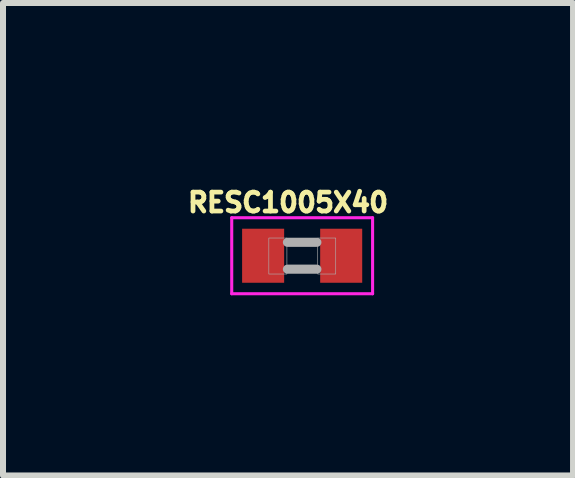
<source format=kicad_pcb>
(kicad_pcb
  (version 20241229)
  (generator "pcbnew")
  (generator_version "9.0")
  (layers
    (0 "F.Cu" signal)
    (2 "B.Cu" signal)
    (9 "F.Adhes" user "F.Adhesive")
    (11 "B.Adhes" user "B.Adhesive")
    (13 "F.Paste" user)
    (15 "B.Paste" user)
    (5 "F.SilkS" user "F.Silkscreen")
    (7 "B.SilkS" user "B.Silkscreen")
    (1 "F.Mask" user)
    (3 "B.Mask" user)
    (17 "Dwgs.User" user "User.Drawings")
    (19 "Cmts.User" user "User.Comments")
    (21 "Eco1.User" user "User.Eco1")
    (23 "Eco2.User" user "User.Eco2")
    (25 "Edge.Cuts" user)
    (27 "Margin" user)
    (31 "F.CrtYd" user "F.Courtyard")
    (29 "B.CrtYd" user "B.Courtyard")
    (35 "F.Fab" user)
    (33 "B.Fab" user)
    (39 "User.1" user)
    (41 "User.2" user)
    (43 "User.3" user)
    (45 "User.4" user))
  (footprint "RESC1005X40"
    (layer "F.Cu")
    (at 1.982 1.209)
    (property "Reference" "RESC1005X40" (at -0.235 -0.886 0) (layer "F.SilkS") (effects (font (size 0.315 0.315) (thickness 0.15))))
    (attr smd)
    (fp_line (start -1.173 -0.633) (end 1.173 -0.633) (stroke (width 0.051) (type solid)) (layer "F.CrtYd"))
    (fp_line (start -1.173 0.633) (end -1.173 -0.633) (stroke (width 0.051) (type solid)) (layer "F.CrtYd"))
    (fp_line (start 1.173 -0.633) (end 1.173 0.633) (stroke (width 0.051) (type solid)) (layer "F.CrtYd"))
    (fp_line (start 1.173 0.633) (end -1.173 0.633) (stroke (width 0.051) (type solid)) (layer "F.CrtYd"))
    (fp_line (start -0.245 -0.224) (end 0.245 -0.224) (stroke (width 0.152) (type solid)) (layer "F.Fab"))
    (fp_line (start 0.245 0.224) (end -0.245 0.224) (stroke (width 0.152) (type solid)) (layer "F.Fab"))
    (fp_poly (pts (xy -0.555 -0.295) (xy -0.254 -0.295) (xy -0.254 0.305) (xy -0.555 0.305)) (stroke (width 0.01) (type solid)) (fill no) (layer "F.Fab"))
    (fp_poly (pts (xy 0.259 -0.295) (xy 0.559 -0.295) (xy 0.559 0.305) (xy 0.259 0.305)) (stroke (width 0.01) (type solid)) (fill no) (layer "F.Fab"))
    (pad "1" smd rect (at -0.65 0) (size 0.7 0.9) (layers "F.Cu" "F.Mask" "F.Paste"))
    (pad "2" smd rect (at 0.65 0) (size 0.7 0.9) (layers "F.Cu" "F.Mask" "F.Paste")))
  (gr_rect
    (start -3 -3)
    (end 6.493 4.868)
    (stroke (width 0.1) (type default))
    (fill no)
    (layer "Edge.Cuts")))
</source>
